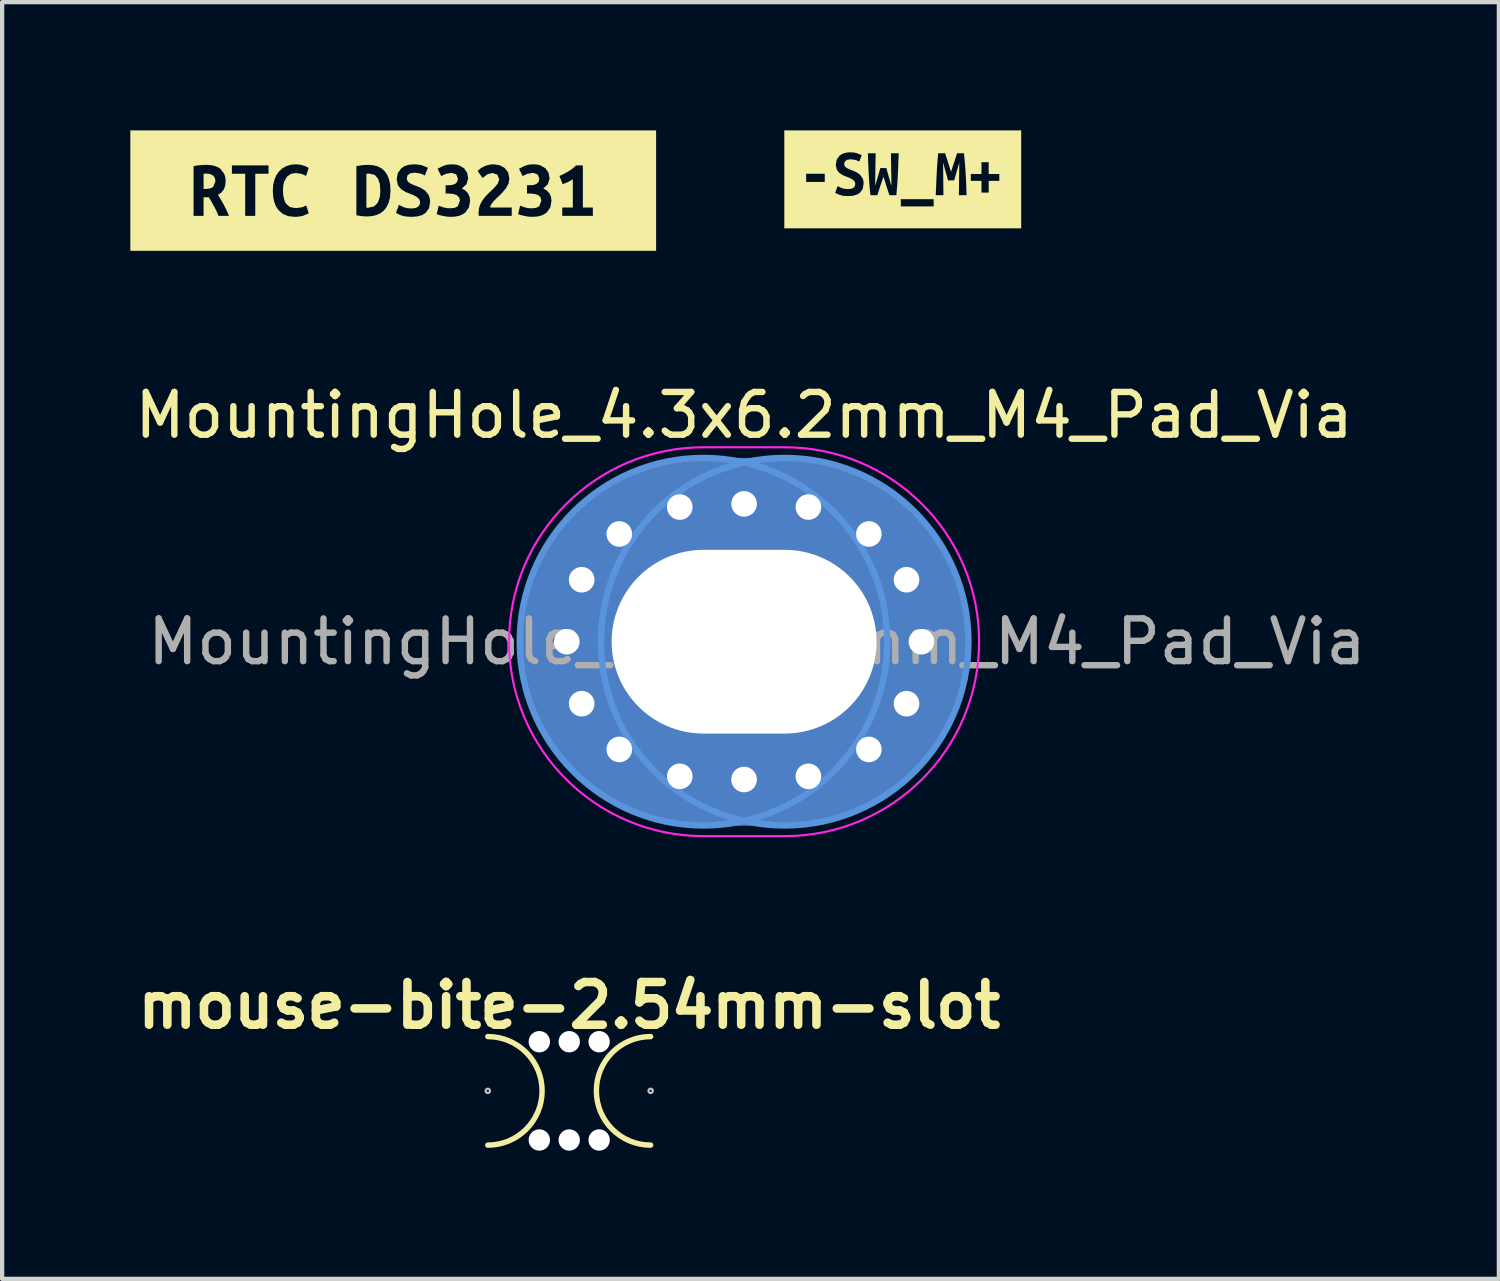
<source format=kicad_pcb>
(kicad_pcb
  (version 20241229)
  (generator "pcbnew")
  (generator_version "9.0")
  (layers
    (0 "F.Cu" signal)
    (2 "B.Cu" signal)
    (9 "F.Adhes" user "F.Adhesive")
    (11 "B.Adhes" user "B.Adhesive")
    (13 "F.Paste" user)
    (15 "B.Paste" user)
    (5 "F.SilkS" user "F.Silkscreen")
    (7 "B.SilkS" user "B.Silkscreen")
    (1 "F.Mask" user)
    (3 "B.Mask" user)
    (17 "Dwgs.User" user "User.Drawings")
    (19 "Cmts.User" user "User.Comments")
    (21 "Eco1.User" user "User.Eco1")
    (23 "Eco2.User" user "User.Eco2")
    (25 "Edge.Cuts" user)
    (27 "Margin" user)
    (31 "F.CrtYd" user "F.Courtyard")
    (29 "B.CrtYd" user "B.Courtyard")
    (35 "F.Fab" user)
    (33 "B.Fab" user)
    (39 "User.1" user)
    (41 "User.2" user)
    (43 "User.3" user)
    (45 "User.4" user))
  (footprint "mouse-bite-2.54mm-slot"
    (layer "F.Cu")
    (at 10.271 22.478)
    (property "Reference" "mouse-bite-2.54mm-slot" (at 0 -2 0) (layer "F.SilkS") (effects (font (size 1 1) (thickness 0.2))))
    (attr through_hole)
    (fp_arc (start -1.905 -1.27) (mid -0.635 0) (end -1.905 1.27) (stroke (width 0.127) (type solid)) (layer "F.SilkS"))
    (fp_arc (start 1.905 1.27) (mid 0.635 0) (end 1.905 -1.27) (stroke (width 0.127) (type solid)) (layer "F.SilkS"))
    (fp_circle (center -1.905 0) (end -1.905 0.051) (stroke (width 0.051) (type solid)) (fill no) (layer "Dwgs.User"))
    (fp_circle (center 1.905 0) (end 1.905 -0.051) (stroke (width 0.051) (type solid)) (fill no) (layer "Dwgs.User"))
    (pad "" np_thru_hole circle (at -0.7 -1.15) (size 0.5 0.5) (drill 0.5) (layers "*.Cu" "*.Mask"))
    (pad "" np_thru_hole circle (at -0.7 1.15) (size 0.5 0.5) (drill 0.5) (layers "*.Cu" "*.Mask"))
    (pad "" np_thru_hole circle (at 0 -1.15) (size 0.5 0.5) (drill 0.5) (layers "*.Cu" "*.Mask"))
    (pad "" np_thru_hole circle (at 0 1.15) (size 0.5 0.5) (drill 0.5) (layers "*.Cu" "*.Mask"))
    (pad "" np_thru_hole circle (at 0.7 -1.15) (size 0.5 0.5) (drill 0.5) (layers "*.Cu" "*.Mask"))
    (pad "" np_thru_hole circle (at 0.7 1.15) (size 0.5 0.5) (drill 0.5) (layers "*.Cu" "*.Mask")))
  (footprint "label_RTC"
    (layer "F.Cu")
    (at 6.152 1.41)
    (property "Reference" "label_RTC" (at 0 -1.41 0) (layer "F.SilkS") (effects (font (size 0.001 0.001) (thickness 0.000003))))
    (attr exclude_from_pos_files exclude_from_bom)
    (fp_poly (pts (xy -4.16 -0.217) (xy -4.174 -0.298) (xy -4.217 -0.354) (xy -4.283 -0.387) (xy -4.367 -0.398) (xy -4.4 -0.397) (xy -4.438 -0.392) (xy -4.438 -0.038) (xy -4.386 -0.038) (xy -4.283 -0.05) (xy -4.213 -0.085) (xy -4.16 -0.217)) (stroke (width 0) (type solid)) (fill yes) (layer "F.SilkS"))
    (fp_poly (pts (xy -0.628 0.4) (xy -0.607 0.402) (xy -0.586 0.402) (xy -0.451 0.371) (xy -0.364 0.288) (xy -0.316 0.161) (xy -0.306 0.084) (xy -0.302 0) (xy -0.313 -0.149) (xy -0.353 -0.276) (xy -0.431 -0.365) (xy -0.559 -0.398) (xy -0.593 -0.397) (xy -0.628 -0.392) (xy -0.628 0.4)) (stroke (width 0) (type solid)) (fill yes) (layer "F.SilkS"))
    (fp_poly (pts (xy -6.151 -1.409) (xy -4.367 -0.602) (xy -4.271 -0.596) (xy -4.184 -0.579) (xy -4.108 -0.55) (xy -4.043 -0.509) (xy -3.953 -0.388) (xy -3.929 -0.308) (xy -3.921 -0.215) (xy -3.932 -0.117) (xy -3.963 -0.029) (xy -4.019 0.045) (xy -4.102 0.099) (xy -3.464 0.591) (xy -3.464 -0.394) (xy -3.775 -0.394) (xy -3.775 -0.589) (xy -2.918 -0.589) (xy -2.918 -0.394) (xy -3.228 -0.394) (xy -2.81 0.139) (xy -2.818 0) (xy -2.808 -0.139) (xy -2.778 -0.261) (xy -2.731 -0.366) (xy -2.667 -0.454) (xy -2.589 -0.524) (xy -2.497 -0.574) (xy -2.395 -0.605) (xy -2.283 -0.615) (xy -2.17 -0.605) (xy -2.081 -0.581) (xy -2.017 -0.552) (xy -1.978 -0.53) (xy -2.039 -0.343) (xy -2.145 -0.391) (xy -2.287 -0.411) (xy -2.395 -0.391) (xy -2.488 -0.325) (xy -2.555 -0.2) (xy -2.574 -0.112) (xy -2.58 -0.006) (xy -2.573 0.118) (xy -2.549 0.222) (xy -2.511 0.304) (xy -2.419 0.385) (xy -2.283 0.411) (xy -2.132 0.391) (xy -2.035 0.349) (xy -0.862 0.577) (xy -0.862 -0.573) (xy -0.712 -0.596) (xy -0.58 -0.602) (xy -0.469 -0.593) (xy -0.368 -0.568) (xy -0.279 -0.524) (xy -0.205 -0.46) (xy -0.145 -0.377) (xy -0.101 -0.273) (xy -0.073 -0.148) (xy -0.064 0) (xy -0.074 0.152) (xy -0.105 0.279) (xy -0.154 0.384) (xy -0.218 0.467) (xy 0.064 0.526) (xy 0.132 0.335) (xy 0.255 0.392) (xy 0.335 0.412) (xy 0.43 0.419) (xy 0.528 0.407) (xy 0.59 0.372) (xy 0.621 0.323) (xy 0.63 0.267) (xy 0.609 0.202) (xy 0.555 0.151) (xy 0.483 0.111) (xy 0.403 0.078) (xy 0.292 0.034) (xy 0.189 -0.029) (xy 0.111 -0.123) (xy 0.081 -0.263) (xy 0.108 -0.411) (xy 0.189 -0.522) (xy 0.269 -0.574) (xy 0.368 -0.605) (xy 0.485 -0.615) (xy 0.587 -0.609) (xy 0.674 -0.591) (xy 0.811 -0.535) (xy 0.742 -0.354) (xy 0.636 -0.4) (xy 0.502 -0.419) (xy 0.398 -0.404) (xy 0.336 -0.359) (xy 0.315 -0.284) (xy 0.334 -0.224) (xy 0.383 -0.178) (xy 0.45 -0.143) (xy 0.523 -0.114) (xy 0.638 -0.068) (xy 0.749 0.001) (xy 0.832 0.108) (xy 0.856 0.18) (xy 0.864 0.269) (xy 0.837 0.416) (xy 0.756 0.525) (xy 0.672 0.575) (xy 0.563 0.605) (xy 0.43 0.615) (xy 0.298 0.607) (xy 0.195 0.584) (xy 0.064 0.526) (xy -0.218 0.467) (xy -0.297 0.529) (xy -0.391 0.572) (xy -0.496 0.597) (xy -0.611 0.606) (xy -0.733 0.599) (xy -0.862 0.577) (xy -2.035 0.349) (xy -1.976 0.533) (xy -2.111 0.59) (xy -2.202 0.609) (xy -2.306 0.615) (xy -2.459 0.598) (xy -2.586 0.544) (xy -2.687 0.455) (xy -2.745 0.367) (xy -2.786 0.261) (xy -2.81 0.139) (xy -3.228 -0.394) (xy -3.228 0.591) (xy -3.464 0.591) (xy -4.102 0.099) (xy -4.034 0.209) (xy -3.963 0.334) (xy -3.898 0.466) (xy -3.843 0.591) (xy -4.089 0.591) (xy -4.136 0.478) (xy -4.191 0.371) (xy -4.251 0.264) (xy -4.316 0.156) (xy -4.438 0.156) (xy -4.438 0.591) (xy -4.672 0.591) (xy -4.672 -0.572) (xy -4.597 -0.586) (xy -4.514 -0.595) (xy -4.434 -0.6) (xy -4.367 -0.602) (xy -6.151 -1.409) (xy -6.152 -1.409) (xy -6.152 1.409) (xy 1.346 0.615) (xy 1.253 0.609) (xy 1.16 0.592) (xy 1.077 0.572) (xy 1.018 0.551) (xy 1.064 0.354) (xy 1.177 0.394) (xy 1.254 0.41) (xy 1.344 0.415) (xy 1.446 0.402) (xy 1.513 0.364) (xy 1.561 0.236) (xy 1.543 0.157) (xy 1.487 0.106) (xy 1.403 0.078) (xy 1.298 0.069) (xy 1.226 0.069) (xy 1.226 -0.126) (xy 1.313 -0.126) (xy 1.386 -0.133) (xy 1.451 -0.158) (xy 1.497 -0.204) (xy 1.515 -0.276) (xy 1.476 -0.378) (xy 1.369 -0.415) (xy 1.236 -0.393) (xy 1.123 -0.339) (xy 1.039 -0.511) (xy 1.175 -0.58) (xy 1.266 -0.607) (xy 1.367 -0.615) (xy 1.459 -0.609) (xy 1.539 -0.591) (xy 1.66 -0.521) (xy 1.731 -0.415) (xy 1.754 -0.284) (xy 2.481 -0.261) (xy 2.437 -0.372) (xy 2.327 -0.411) (xy 2.211 -0.385) (xy 2.091 -0.295) (xy 1.975 -0.459) (xy 2.057 -0.529) (xy 2.151 -0.577) (xy 2.251 -0.606) (xy 2.35 -0.615) (xy 2.489 -0.594) (xy 2.607 -0.531) (xy 2.689 -0.426) (xy 2.719 -0.278) (xy 2.697 -0.161) (xy 2.636 -0.051) (xy 2.55 0.051) (xy 2.453 0.147) (xy 2.396 0.201) (xy 2.335 0.266) (xy 2.286 0.333) (xy 2.266 0.396) (xy 2.773 0.396) (xy 2.773 0.591) (xy 2.003 0.591) (xy 1.998 0.543) (xy 1.999 0.503) (xy 2.008 0.411) (xy 2.035 0.328) (xy 2.075 0.251) (xy 2.124 0.18) (xy 2.18 0.115) (xy 2.24 0.054) (xy 2.3 -0.003) (xy 2.356 -0.057) (xy 2.446 -0.16) (xy 2.481 -0.261) (xy 1.754 -0.284) (xy 1.714 -0.149) (xy 1.607 -0.05) (xy 1.688 -0.002) (xy 1.749 0.063) (xy 1.787 0.144) (xy 1.799 0.24) (xy 1.773 0.391) (xy 1.691 0.51) (xy 1.628 0.554) (xy 1.55 0.588) (xy 1.456 0.608) (xy 1.346 0.615) (xy -6.152 1.409) (xy -6.151 1.409) (xy 3.251 0.615) (xy 3.158 0.609) (xy 3.065 0.592) (xy 2.982 0.572) (xy 2.923 0.551) (xy 2.969 0.354) (xy 3.082 0.394) (xy 3.159 0.41) (xy 3.249 0.415) (xy 3.351 0.402) (xy 3.418 0.364) (xy 3.466 0.236) (xy 3.448 0.157) (xy 3.392 0.106) (xy 3.308 0.078) (xy 3.203 0.069) (xy 3.131 0.069) (xy 3.131 -0.126) (xy 3.218 -0.126) (xy 3.291 -0.133) (xy 3.356 -0.158) (xy 3.402 -0.204) (xy 3.42 -0.276) (xy 3.381 -0.378) (xy 3.274 -0.415) (xy 3.141 -0.393) (xy 3.028 -0.339) (xy 2.944 -0.511) (xy 3.08 -0.58) (xy 3.171 -0.607) (xy 3.272 -0.615) (xy 3.364 -0.609) (xy 3.444 -0.591) (xy 3.565 -0.521) (xy 3.636 -0.415) (xy 3.659 -0.284) (xy 3.619 -0.149) (xy 3.512 -0.05) (xy 3.593 -0.002) (xy 3.654 0.063) (xy 3.692 0.144) (xy 3.704 0.24) (xy 3.678 0.391) (xy 3.596 0.51) (xy 3.533 0.554) (xy 3.455 0.588) (xy 3.361 0.608) (xy 3.251 0.615) (xy -6.151 1.409) (xy 6.151 1.409) (xy 4.672 0.591) (xy 3.956 0.591) (xy 3.956 0.396) (xy 4.203 0.396) (xy 4.203 -0.263) (xy 4.081 -0.195) (xy 3.965 -0.149) (xy 3.889 -0.343) (xy 3.988 -0.387) (xy 4.095 -0.446) (xy 4.196 -0.514) (xy 4.278 -0.589) (xy 4.438 -0.589) (xy 4.438 0.396) (xy 4.672 0.396) (xy 4.672 0.591) (xy 6.151 1.409) (xy 6.152 1.409) (xy 6.152 -1.409) (xy 6.151 -1.409) (xy -6.151 -1.409)) (stroke (width 0) (type solid)) (fill yes) (layer "F.SilkS")))
  (footprint "label_sw_m"
    (layer "F.Cu")
    (at 18.076 1.147)
    (property "Reference" "label_sw_m" (at 0 -1.147 0) (layer "F.SilkS") (effects (font (size 0.001 0.001) (thickness 0.000003))))
    (attr exclude_from_pos_files exclude_from_bom)
    (fp_poly (pts (xy -2.26 -1.146) (xy -1.277 0.229) (xy -1.195 0.218) (xy -1.144 0.19) (xy -1.118 0.148) (xy -1.11 0.102) (xy -1.128 0.048) (xy -1.172 0.006) (xy -1.233 -0.028) (xy -1.299 -0.056) (xy -1.391 -0.092) (xy -1.478 -0.144) (xy -1.542 -0.223) (xy -1.568 -0.34) (xy -1.545 -0.463) (xy -1.478 -0.556) (xy -1.411 -0.599) (xy -1.328 -0.625) (xy -1.231 -0.633) (xy -1.146 -0.628) (xy -1.073 -0.613) (xy -0.96 -0.567) (xy -1.017 -0.416) (xy -1.105 -0.454) (xy -1.217 -0.47) (xy -1.303 -0.457) (xy -1.355 -0.42) (xy -1.372 -0.357) (xy -1.357 -0.307) (xy -1.316 -0.269) (xy -1.26 -0.24) (xy -1.199 -0.216) (xy -1.103 -0.177) (xy -1.011 -0.12) (xy -0.942 -0.031) (xy -0.922 0.029) (xy -0.915 0.103) (xy -0.779 0.139) (xy -0.788 0.015) (xy -0.795 -0.11) (xy -0.802 -0.237) (xy -0.807 -0.364) (xy -0.812 -0.49) (xy -0.815 -0.611) (xy -0.634 -0.611) (xy -0.636 -0.516) (xy -0.637 -0.418) (xy -0.639 -0.318) (xy -0.641 -0.218) (xy -0.642 -0.12) (xy -0.644 -0.025) (xy -0.645 0.067) (xy -0.645 0.152) (xy -0.613 0.041) (xy -0.578 -0.078) (xy -0.547 -0.186) (xy -0.525 -0.264) (xy -0.382 -0.264) (xy -0.363 -0.189) (xy -0.335 -0.09) (xy -0.302 0.025) (xy -0.266 0.152) (xy -0.266 0.067) (xy -0.267 -0.025) (xy -0.269 -0.12) (xy -0.271 -0.217) (xy -0.272 -0.317) (xy -0.274 -0.417) (xy -0.275 -0.516) (xy -0.275 -0.611) (xy -0.094 -0.611) (xy -0.099 -0.489) (xy -0.104 -0.363) (xy -0.109 -0.235) (xy -0.115 -0.109) (xy -0.122 0.016) (xy -0.13 0.14) (xy -0.14 0.259) (xy -0.15 0.371) (xy -0.312 0.371) (xy -0.347 0.268) (xy -0.382 0.156) (xy -0.417 0.044) (xy -0.452 -0.064) (xy -0.487 0.041) (xy -0.525 0.154) (xy -0.561 0.267) (xy -0.595 0.371) (xy -0.756 0.371) (xy -0.768 0.259) (xy -0.779 0.139) (xy -0.915 0.103) (xy -0.938 0.226) (xy -1.005 0.317) (xy -1.075 0.359) (xy -1.166 0.384) (xy -1.277 0.392) (xy -1.387 0.386) (xy -1.472 0.366) (xy -1.582 0.318) (xy -1.525 0.159) (xy -1.422 0.206) (xy -1.356 0.223) (xy -1.277 0.229) (xy -2.26 -1.146) (xy -2.772 -1.146) (xy -2.26 -0.132) (xy -1.825 -0.132) (xy -1.825 0.06) (xy -2.26 0.06) (xy -2.26 -0.132) (xy -2.772 -1.146) (xy -2.772 1.146) (xy -0.045 0.464) (xy 0.723 0.464) (xy 0.723 0.633) (xy -0.045 0.633) (xy -0.045 0.464) (xy -2.772 1.146) (xy -2.26 1.146) (xy 2.26 1.146) (xy 1.48 0.002) (xy 1.485 0.123) (xy 1.489 0.246) (xy 1.493 0.371) (xy 1.314 0.371) (xy 1.323 -0.392) (xy 1.203 0.024) (xy 1.06 0.024) (xy 0.944 -0.392) (xy 0.952 0.371) (xy 0.772 0.371) (xy 0.777 0.248) (xy 0.783 0.121) (xy 0.788 -0.009) (xy 0.795 -0.138) (xy 0.801 -0.265) (xy 0.81 -0.387) (xy 0.819 -0.504) (xy 0.829 -0.611) (xy 0.991 -0.611) (xy 1.019 -0.525) (xy 1.055 -0.413) (xy 1.093 -0.291) (xy 1.13 -0.176) (xy 1.169 -0.298) (xy 1.209 -0.418) (xy 1.244 -0.527) (xy 1.272 -0.611) (xy 1.434 -0.611) (xy 1.445 -0.484) (xy 1.456 -0.36) (xy 1.465 -0.239) (xy 1.473 -0.118) (xy 1.48 0.002) (xy 2.26 1.146) (xy 2.772 1.146) (xy 2.011 0.311) (xy 1.842 0.311) (xy 1.842 0.035) (xy 1.593 0.035) (xy 1.593 -0.125) (xy 1.842 -0.125) (xy 1.842 -0.402) (xy 2.011 -0.402) (xy 2.011 -0.125) (xy 2.26 -0.125) (xy 2.26 0.035) (xy 2.011 0.035) (xy 2.011 0.311) (xy 2.772 1.146) (xy 2.772 -1.146) (xy 2.26 -1.146) (xy -2.26 -1.146)) (stroke (width 0) (type solid)) (fill yes) (layer "F.SilkS")))
  (footprint "MountingHole_4.3x6.2mm_M4_Pad_Via"
    (layer "F.Cu")
    (at 14.363 11.967)
    (property "Reference" "MountingHole_4.3x6.2mm_M4_Pad_Via" (at 0 -5.3 0) (layer "F.SilkS") (effects (font (size 1 1) (thickness 0.15))))
    (attr exclude_from_pos_files exclude_from_bom)
    (fp_circle (center -0.95 0) (end 3.35 0) (stroke (width 0.15) (type solid)) (fill no) (layer "Cmts.User"))
    (fp_circle (center 0.95 0) (end 5.25 0) (stroke (width 0.15) (type solid)) (fill no) (layer "Cmts.User"))
    (fp_line (start -0.95 -4.55) (end 0.95 -4.55) (stroke (width 0.05) (type solid)) (layer "F.CrtYd"))
    (fp_line (start 0.95 4.55) (end -0.95 4.55) (stroke (width 0.05) (type solid)) (layer "F.CrtYd"))
    (fp_arc (start -0.95 4.55) (mid -5.5 0) (end -0.95 -4.55) (stroke (width 0.05) (type solid)) (layer "F.CrtYd"))
    (fp_arc (start 0.95 -4.55) (mid 5.5 0) (end 0.95 4.55) (stroke (width 0.05) (type solid)) (layer "F.CrtYd"))
    (fp_text user "${REFERENCE}" (at 0.3 0 0) (layer "F.Fab") (effects (font (size 1 1) (thickness 0.15))))
    (pad "1" thru_hole circle (at -4.15 0) (size 0.9 0.9) (drill 0.6) (layers "*.Cu" "*.Mask"))
    (pad "1" thru_hole circle (at -3.801 -1.45) (size 0.9 0.9) (drill 0.6) (layers "*.Cu" "*.Mask"))
    (pad "1" thru_hole circle (at -3.801 1.45) (size 0.9 0.9) (drill 0.6) (layers "*.Cu" "*.Mask"))
    (pad "1" thru_hole circle (at -2.92 -2.521) (size 0.9 0.9) (drill 0.6) (layers "*.Cu" "*.Mask"))
    (pad "1" thru_hole circle (at -2.92 2.521) (size 0.9 0.9) (drill 0.6) (layers "*.Cu" "*.Mask"))
    (pad "1" thru_hole circle (at -1.505 -3.151) (size 0.9 0.9) (drill 0.6) (layers "*.Cu" "*.Mask"))
    (pad "1" thru_hole circle (at -1.505 3.151) (size 0.9 0.9) (drill 0.6) (layers "*.Cu" "*.Mask"))
    (pad "1" thru_hole circle (at 0 -3.225) (size 0.9 0.9) (drill 0.6) (layers "*.Cu" "*.Mask"))
    (pad "1" thru_hole oval (at 0 0) (size 10.4 8.6) (drill oval 6.2 4.3) (layers "*.Cu" "*.Mask"))
    (pad "1" thru_hole circle (at 0 3.225) (size 0.9 0.9) (drill 0.6) (layers "*.Cu" "*.Mask"))
    (pad "1" thru_hole circle (at 1.505 -3.151) (size 0.9 0.9) (drill 0.6) (layers "*.Cu" "*.Mask"))
    (pad "1" thru_hole circle (at 1.505 3.151) (size 0.9 0.9) (drill 0.6) (layers "*.Cu" "*.Mask"))
    (pad "1" thru_hole circle (at 2.92 -2.521) (size 0.9 0.9) (drill 0.6) (layers "*.Cu" "*.Mask"))
    (pad "1" thru_hole circle (at 2.92 2.521) (size 0.9 0.9) (drill 0.6) (layers "*.Cu" "*.Mask"))
    (pad "1" thru_hole circle (at 3.801 -1.45) (size 0.9 0.9) (drill 0.6) (layers "*.Cu" "*.Mask"))
    (pad "1" thru_hole circle (at 3.801 1.45) (size 0.9 0.9) (drill 0.6) (layers "*.Cu" "*.Mask"))
    (pad "1" thru_hole circle (at 4.15 0) (size 0.9 0.9) (drill 0.6) (layers "*.Cu" "*.Mask")))
  (gr_rect
    (start -3 -3)
    (end 32.026 26.878)
    (stroke (width 0.1) (type default))
    (fill no)
    (layer "Edge.Cuts")))
</source>
